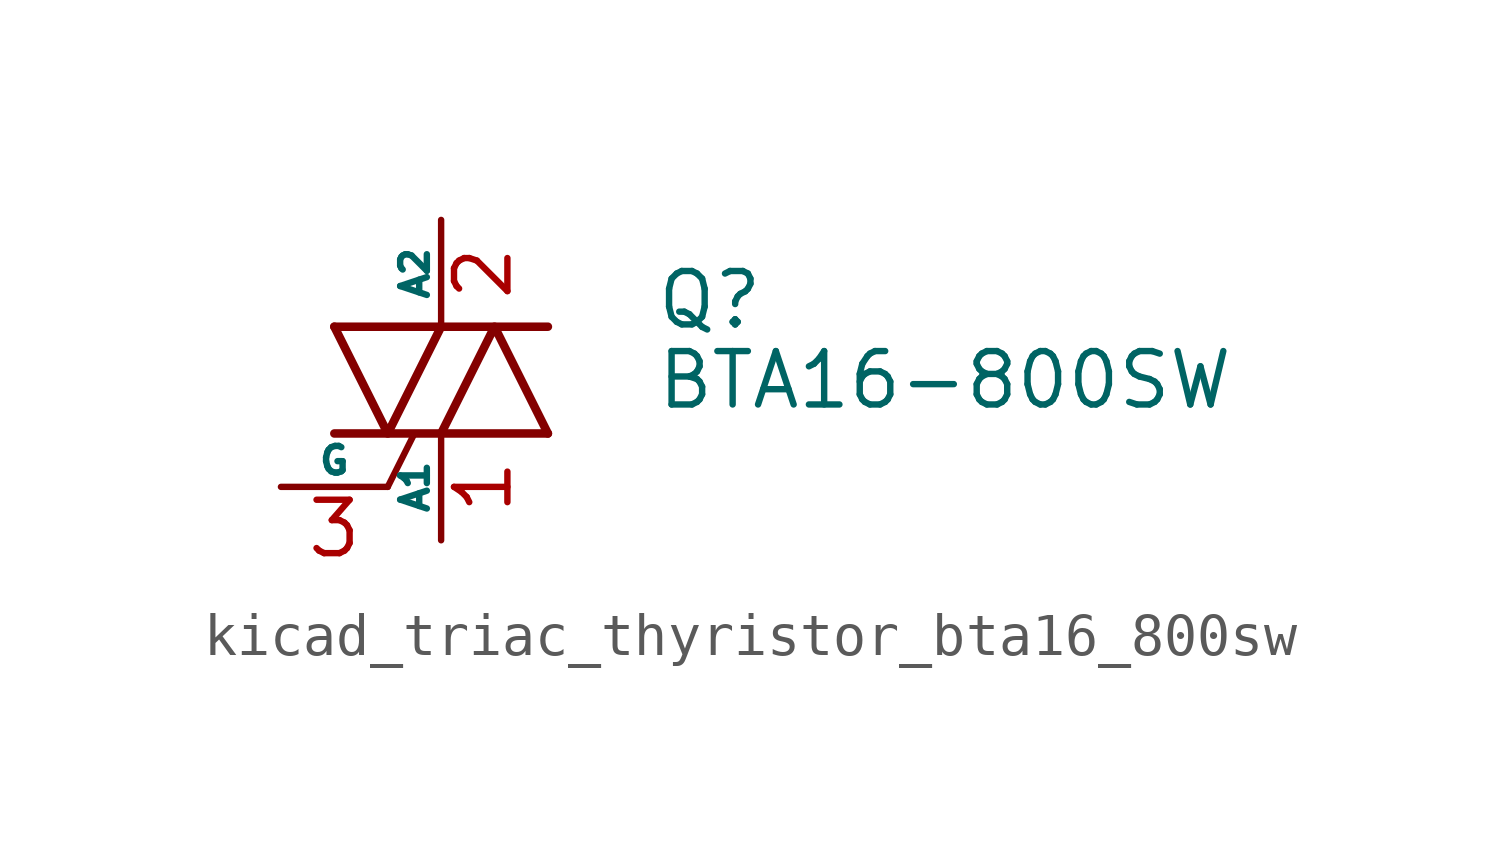
<source format=kicad_sym>
(kicad_symbol_lib
  (version 20220914)
  (generator kicad_symbol_editor)
  (symbol "kicad_triac_thyristor_bta16_800sw"
    (pin_names
      (offset 0))
    (property "Reference" "Q"
      (at 5.08 1.905 0)
      (effects (font (size 1.27 1.27)) (justify left)))
    (property "Value" "BTA16-800SW"
      (at 5.08 0 0)
      (effects (font (size 1.27 1.27)) (justify left)))
    (symbol "kicad_triac_thyristor_bta16_800sw_0_1"
      (polyline (pts (xy -2.54 -1.27) (xy 2.54 -1.27)) (stroke (width 0.203) (type default)) (fill (type none)))
      (polyline (pts (xy -2.54 1.27) (xy 2.54 1.27)) (stroke (width 0.203) (type default)) (fill (type none)))
      (polyline (pts (xy -1.27 -2.54) (xy -0.635 -1.27)) (stroke (width 0) (type default)) (fill (type none)))
      (polyline (pts (xy -2.54 1.27) (xy -1.27 -1.27) (xy 0 1.27)) (stroke (width 0.203) (type default)) (fill (type none)))
      (polyline (pts (xy 0 -1.27) (xy 1.27 1.27) (xy 2.54 -1.27)) (stroke (width 0.203) (type default)) (fill (type none))))
    (symbol "kicad_triac_thyristor_bta16_800sw_1_1"
      (pin passive line (at 0 -3.81 90) (length 2.54) (name "A1" (effects (font (size 0.635 0.635)))) (number "1" (effects (font (size 1.27 1.27)))))
      (pin passive line (at 0 3.81 270) (length 2.54) (name "A2" (effects (font (size 0.635 0.635)))) (number "2" (effects (font (size 1.27 1.27)))))
      (pin input line (at -3.81 -2.54 0) (length 2.54) (name "G" (effects (font (size 0.635 0.635)))) (number "3" (effects (font (size 1.27 1.27))))))))
</source>
